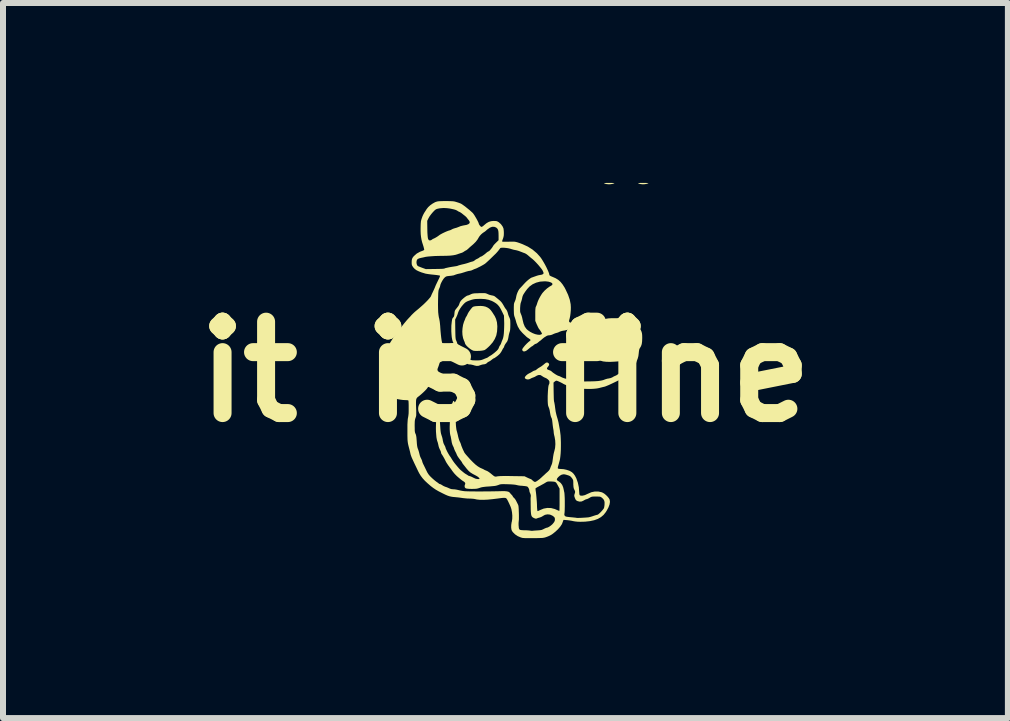
<source format=kicad_pcb>
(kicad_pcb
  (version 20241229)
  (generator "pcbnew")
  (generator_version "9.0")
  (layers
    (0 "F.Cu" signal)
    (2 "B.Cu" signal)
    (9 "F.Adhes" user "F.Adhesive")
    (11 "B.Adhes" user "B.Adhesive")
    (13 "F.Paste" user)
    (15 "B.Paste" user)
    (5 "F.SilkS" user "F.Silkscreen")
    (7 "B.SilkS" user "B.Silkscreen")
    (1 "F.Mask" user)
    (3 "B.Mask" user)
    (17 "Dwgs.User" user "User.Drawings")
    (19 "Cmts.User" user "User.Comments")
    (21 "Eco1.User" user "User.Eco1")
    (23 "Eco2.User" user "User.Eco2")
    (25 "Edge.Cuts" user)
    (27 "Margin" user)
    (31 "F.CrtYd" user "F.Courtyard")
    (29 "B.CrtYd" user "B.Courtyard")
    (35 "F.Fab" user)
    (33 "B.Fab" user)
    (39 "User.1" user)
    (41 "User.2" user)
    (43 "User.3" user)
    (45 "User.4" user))
  (footprint "it is fine"
    (layer "F.Cu")
    (at 5.378 3.148)
    (property "Reference" "it is fine" (at 0 0 0) (layer "F.SilkS") (effects (font (size 1.524 1.524) (thickness 0.3))))
    (attr board_only exclude_from_pos_files exclude_from_bom)
    (fp_poly (pts (xy 1.73 -3.148) (xy 1.768 -3.148) (xy 1.793 -3.147) (xy 1.809 -3.146) (xy 1.815 -3.145) (xy 1.814 -3.142) (xy 1.808 -3.139) (xy 1.78 -3.131) (xy 1.746 -3.126) (xy 1.711 -3.126) (xy 1.684 -3.129) (xy 1.658 -3.135) (xy 1.645 -3.14) (xy 1.644 -3.143) (xy 1.657 -3.146) (xy 1.683 -3.148) (xy 1.722 -3.148)) (stroke (width 0) (type solid)) (fill yes) (layer "F.SilkS"))
    (fp_poly (pts (xy 2.297 -3.148) (xy 2.335 -3.148) (xy 2.361 -3.147) (xy 2.376 -3.146) (xy 2.382 -3.145) (xy 2.381 -3.142) (xy 2.375 -3.139) (xy 2.348 -3.131) (xy 2.314 -3.126) (xy 2.278 -3.126) (xy 2.252 -3.129) (xy 2.226 -3.135) (xy 2.212 -3.14) (xy 2.212 -3.143) (xy 2.225 -3.146) (xy 2.251 -3.148) (xy 2.29 -3.148)) (stroke (width 0) (type solid)) (fill yes) (layer "F.SilkS"))
    (fp_poly (pts (xy -0.372 -1.094) (xy -0.335 -1.086) (xy -0.302 -1.072) (xy -0.291 -1.065) (xy -0.275 -1.055) (xy -0.261 -1.043) (xy -0.248 -1.029) (xy -0.232 -1.009) (xy -0.214 -0.983) (xy -0.192 -0.948) (xy -0.179 -0.928) (xy -0.157 -0.88) (xy -0.142 -0.824) (xy -0.136 -0.76) (xy -0.136 -0.747) (xy -0.14 -0.672) (xy -0.153 -0.606) (xy -0.178 -0.546) (xy -0.213 -0.49) (xy -0.261 -0.435) (xy -0.265 -0.431) (xy -0.29 -0.407) (xy -0.315 -0.385) (xy -0.336 -0.369) (xy -0.35 -0.361) (xy -0.369 -0.356) (xy -0.398 -0.351) (xy -0.431 -0.348) (xy -0.467 -0.347) (xy -0.499 -0.347) (xy -0.525 -0.349) (xy -0.536 -0.351) (xy -0.56 -0.362) (xy -0.587 -0.379) (xy -0.614 -0.4) (xy -0.639 -0.423) (xy -0.659 -0.445) (xy -0.672 -0.465) (xy -0.676 -0.478) (xy -0.679 -0.489) (xy -0.686 -0.507) (xy -0.692 -0.519) (xy -0.707 -0.561) (xy -0.717 -0.613) (xy -0.72 -0.669) (xy -0.716 -0.726) (xy -0.707 -0.782) (xy -0.692 -0.832) (xy -0.689 -0.839) (xy -0.679 -0.862) (xy -0.672 -0.88) (xy -0.669 -0.889) (xy -0.669 -0.89) (xy -0.665 -0.899) (xy -0.657 -0.914) (xy -0.653 -0.919) (xy -0.641 -0.94) (xy -0.631 -0.962) (xy -0.63 -0.965) (xy -0.621 -0.982) (xy -0.606 -1.006) (xy -0.587 -1.032) (xy -0.568 -1.056) (xy -0.551 -1.075) (xy -0.548 -1.077) (xy -0.537 -1.084) (xy -0.52 -1.089) (xy -0.495 -1.093) (xy -0.468 -1.095) (xy -0.415 -1.097)) (stroke (width 0) (type solid)) (fill yes) (layer "F.SilkS"))
    (fp_poly (pts (xy -0.346 -1.31) (xy -0.33 -1.308) (xy -0.318 -1.304) (xy -0.306 -1.299) (xy -0.299 -1.296) (xy -0.272 -1.284) (xy -0.243 -1.276) (xy -0.233 -1.274) (xy -0.204 -1.268) (xy -0.184 -1.26) (xy -0.168 -1.248) (xy -0.158 -1.24) (xy -0.142 -1.227) (xy -0.121 -1.21) (xy -0.114 -1.204) (xy -0.089 -1.183) (xy -0.068 -1.161) (xy -0.049 -1.134) (xy -0.028 -1.099) (xy -0.014 -1.074) (xy -0.002 -1.055) (xy 0.013 -1.037) (xy 0.013 -1.036) (xy 0.024 -1.019) (xy 0.034 -0.995) (xy 0.039 -0.977) (xy 0.047 -0.948) (xy 0.058 -0.919) (xy 0.065 -0.905) (xy 0.071 -0.89) (xy 0.076 -0.876) (xy 0.079 -0.86) (xy 0.08 -0.838) (xy 0.081 -0.808) (xy 0.081 -0.782) (xy 0.08 -0.737) (xy 0.078 -0.703) (xy 0.074 -0.678) (xy 0.07 -0.666) (xy 0.063 -0.643) (xy 0.056 -0.615) (xy 0.053 -0.598) (xy 0.046 -0.558) (xy 0.038 -0.528) (xy 0.029 -0.506) (xy 0.016 -0.487) (xy 0.011 -0.481) (xy -0.004 -0.459) (xy -0.017 -0.435) (xy -0.019 -0.428) (xy -0.026 -0.409) (xy -0.032 -0.397) (xy -0.034 -0.395) (xy -0.041 -0.387) (xy -0.05 -0.37) (xy -0.057 -0.356) (xy -0.071 -0.331) (xy -0.088 -0.307) (xy -0.096 -0.297) (xy -0.114 -0.28) (xy -0.135 -0.262) (xy -0.157 -0.246) (xy -0.177 -0.232) (xy -0.191 -0.224) (xy -0.195 -0.223) (xy -0.204 -0.219) (xy -0.219 -0.208) (xy -0.228 -0.201) (xy -0.248 -0.185) (xy -0.269 -0.172) (xy -0.276 -0.169) (xy -0.293 -0.16) (xy -0.306 -0.149) (xy -0.306 -0.148) (xy -0.323 -0.134) (xy -0.348 -0.125) (xy -0.372 -0.122) (xy -0.389 -0.119) (xy -0.412 -0.112) (xy -0.422 -0.108) (xy -0.453 -0.098) (xy -0.482 -0.097) (xy -0.515 -0.104) (xy -0.53 -0.109) (xy -0.557 -0.116) (xy -0.585 -0.121) (xy -0.595 -0.121) (xy -0.614 -0.123) (xy -0.631 -0.129) (xy -0.65 -0.14) (xy -0.665 -0.152) (xy -0.69 -0.173) (xy -0.717 -0.196) (xy -0.735 -0.213) (xy -0.755 -0.233) (xy -0.775 -0.251) (xy -0.788 -0.261) (xy -0.816 -0.291) (xy -0.837 -0.332) (xy -0.849 -0.384) (xy -0.852 -0.408) (xy -0.857 -0.444) (xy -0.862 -0.468) (xy -0.87 -0.485) (xy -0.872 -0.488) (xy -0.881 -0.508) (xy -0.889 -0.539) (xy -0.896 -0.578) (xy -0.9 -0.624) (xy -0.903 -0.673) (xy -0.903 -0.723) (xy -0.902 -0.773) (xy -0.898 -0.81) (xy -0.894 -0.844) (xy -0.89 -0.868) (xy -0.89 -0.87) (xy -0.839 -0.87) (xy -0.837 -0.707) (xy -0.836 -0.655) (xy -0.835 -0.615) (xy -0.834 -0.585) (xy -0.832 -0.562) (xy -0.83 -0.546) (xy -0.827 -0.533) (xy -0.823 -0.524) (xy -0.82 -0.517) (xy -0.81 -0.493) (xy -0.801 -0.465) (xy -0.798 -0.456) (xy -0.791 -0.434) (xy -0.781 -0.405) (xy -0.768 -0.374) (xy -0.766 -0.368) (xy -0.752 -0.34) (xy -0.739 -0.318) (xy -0.722 -0.299) (xy -0.699 -0.278) (xy -0.692 -0.272) (xy -0.665 -0.25) (xy -0.637 -0.229) (xy -0.611 -0.213) (xy -0.604 -0.209) (xy -0.587 -0.201) (xy -0.572 -0.195) (xy -0.555 -0.191) (xy -0.534 -0.19) (xy -0.504 -0.189) (xy -0.489 -0.189) (xy -0.454 -0.189) (xy -0.428 -0.191) (xy -0.409 -0.194) (xy -0.391 -0.199) (xy -0.37 -0.207) (xy -0.365 -0.209) (xy -0.342 -0.219) (xy -0.323 -0.226) (xy -0.313 -0.23) (xy -0.312 -0.23) (xy -0.303 -0.234) (xy -0.29 -0.242) (xy -0.274 -0.254) (xy -0.253 -0.267) (xy -0.245 -0.271) (xy -0.227 -0.283) (xy -0.203 -0.301) (xy -0.178 -0.321) (xy -0.17 -0.328) (xy -0.144 -0.351) (xy -0.127 -0.37) (xy -0.116 -0.387) (xy -0.111 -0.4) (xy -0.103 -0.42) (xy -0.095 -0.435) (xy -0.091 -0.439) (xy -0.084 -0.45) (xy -0.075 -0.468) (xy -0.07 -0.482) (xy -0.061 -0.508) (xy -0.05 -0.534) (xy -0.046 -0.543) (xy -0.039 -0.565) (xy -0.032 -0.598) (xy -0.027 -0.641) (xy -0.024 -0.691) (xy -0.022 -0.746) (xy -0.021 -0.804) (xy -0.022 -0.838) (xy -0.025 -0.936) (xy -0.054 -0.996) (xy -0.079 -1.046) (xy -0.103 -1.085) (xy -0.128 -1.115) (xy -0.157 -1.14) (xy -0.192 -1.162) (xy -0.227 -1.18) (xy -0.28 -1.199) (xy -0.34 -1.211) (xy -0.408 -1.215) (xy -0.466 -1.214) (xy -0.505 -1.212) (xy -0.536 -1.207) (xy -0.566 -1.199) (xy -0.6 -1.187) (xy -0.602 -1.187) (xy -0.633 -1.175) (xy -0.655 -1.164) (xy -0.673 -1.152) (xy -0.69 -1.136) (xy -0.704 -1.121) (xy -0.732 -1.088) (xy -0.757 -1.052) (xy -0.778 -1.015) (xy -0.791 -0.983) (xy -0.794 -0.973) (xy -0.8 -0.954) (xy -0.81 -0.93) (xy -0.819 -0.91) (xy -0.839 -0.87) (xy -0.89 -0.87) (xy -0.886 -0.884) (xy -0.88 -0.895) (xy -0.873 -0.903) (xy -0.872 -0.904) (xy -0.863 -0.915) (xy -0.857 -0.929) (xy -0.853 -0.949) (xy -0.851 -0.97) (xy -0.848 -0.998) (xy -0.843 -1.018) (xy -0.834 -1.034) (xy -0.827 -1.043) (xy -0.81 -1.064) (xy -0.793 -1.086) (xy -0.79 -1.09) (xy -0.777 -1.11) (xy -0.769 -1.132) (xy -0.768 -1.135) (xy -0.761 -1.155) (xy -0.748 -1.177) (xy -0.743 -1.184) (xy -0.726 -1.202) (xy -0.705 -1.221) (xy -0.682 -1.24) (xy -0.66 -1.256) (xy -0.642 -1.267) (xy -0.632 -1.27) (xy -0.62 -1.273) (xy -0.601 -1.28) (xy -0.582 -1.289) (xy -0.567 -1.296) (xy -0.552 -1.301) (xy -0.536 -1.304) (xy -0.516 -1.307) (xy -0.488 -1.308) (xy -0.451 -1.309) (xy -0.437 -1.31) (xy -0.397 -1.31) (xy -0.367 -1.311)) (stroke (width 0) (type solid)) (fill yes) (layer "F.SilkS"))
    (fp_poly (pts (xy -0.951 -2.845) (xy -0.915 -2.844) (xy -0.888 -2.843) (xy -0.867 -2.841) (xy -0.848 -2.838) (xy -0.83 -2.833) (xy -0.81 -2.827) (xy -0.782 -2.818) (xy -0.755 -2.808) (xy -0.736 -2.799) (xy -0.733 -2.797) (xy -0.716 -2.786) (xy -0.691 -2.768) (xy -0.662 -2.746) (xy -0.631 -2.721) (xy -0.6 -2.696) (xy -0.573 -2.672) (xy -0.552 -2.653) (xy -0.542 -2.643) (xy -0.531 -2.628) (xy -0.516 -2.606) (xy -0.5 -2.579) (xy -0.483 -2.55) (xy -0.468 -2.522) (xy -0.456 -2.498) (xy -0.448 -2.48) (xy -0.446 -2.473) (xy -0.442 -2.459) (xy -0.431 -2.442) (xy -0.417 -2.425) (xy -0.405 -2.416) (xy -0.404 -2.415) (xy -0.392 -2.417) (xy -0.373 -2.429) (xy -0.355 -2.445) (xy -0.316 -2.477) (xy -0.279 -2.498) (xy -0.241 -2.51) (xy -0.199 -2.514) (xy -0.195 -2.514) (xy -0.168 -2.513) (xy -0.148 -2.511) (xy -0.133 -2.505) (xy -0.115 -2.495) (xy -0.111 -2.492) (xy -0.076 -2.461) (xy -0.049 -2.424) (xy -0.034 -2.391) (xy -0.031 -2.373) (xy -0.028 -2.346) (xy -0.027 -2.316) (xy -0.027 -2.31) (xy -0.028 -2.275) (xy -0.033 -2.247) (xy -0.041 -2.22) (xy -0.044 -2.213) (xy -0.053 -2.189) (xy -0.055 -2.174) (xy -0.054 -2.169) (xy -0.045 -2.168) (xy -0.025 -2.167) (xy 0.003 -2.167) (xy 0.038 -2.167) (xy 0.059 -2.168) (xy 0.097 -2.169) (xy 0.126 -2.169) (xy 0.15 -2.168) (xy 0.17 -2.165) (xy 0.191 -2.16) (xy 0.216 -2.152) (xy 0.247 -2.141) (xy 0.286 -2.126) (xy 0.373 -2.086) (xy 0.452 -2.036) (xy 0.524 -1.975) (xy 0.578 -1.915) (xy 0.596 -1.891) (xy 0.616 -1.86) (xy 0.638 -1.823) (xy 0.66 -1.784) (xy 0.681 -1.744) (xy 0.699 -1.706) (xy 0.714 -1.672) (xy 0.725 -1.644) (xy 0.73 -1.626) (xy 0.73 -1.623) (xy 0.732 -1.612) (xy 0.74 -1.603) (xy 0.755 -1.594) (xy 0.781 -1.583) (xy 0.786 -1.581) (xy 0.836 -1.559) (xy 0.88 -1.532) (xy 0.918 -1.498) (xy 0.952 -1.456) (xy 0.986 -1.403) (xy 1.004 -1.368) (xy 1.044 -1.282) (xy 1.072 -1.201) (xy 1.087 -1.125) (xy 1.09 -1.074) (xy 1.089 -1.025) (xy 1.085 -0.976) (xy 1.079 -0.93) (xy 1.071 -0.892) (xy 1.066 -0.875) (xy 1.06 -0.85) (xy 1.062 -0.832) (xy 1.074 -0.822) (xy 1.096 -0.819) (xy 1.13 -0.822) (xy 1.145 -0.824) (xy 1.171 -0.828) (xy 1.208 -0.831) (xy 1.257 -0.833) (xy 1.317 -0.834) (xy 1.369 -0.835) (xy 1.423 -0.836) (xy 1.465 -0.836) (xy 1.497 -0.837) (xy 1.521 -0.838) (xy 1.54 -0.84) (xy 1.555 -0.843) (xy 1.568 -0.846) (xy 1.581 -0.851) (xy 1.591 -0.855) (xy 1.626 -0.868) (xy 1.657 -0.878) (xy 1.688 -0.885) (xy 1.72 -0.89) (xy 1.759 -0.892) (xy 1.805 -0.893) (xy 1.845 -0.893) (xy 1.909 -0.892) (xy 1.962 -0.889) (xy 2.005 -0.884) (xy 2.039 -0.876) (xy 2.067 -0.866) (xy 2.091 -0.853) (xy 2.091 -0.853) (xy 2.111 -0.84) (xy 2.13 -0.829) (xy 2.135 -0.827) (xy 2.159 -0.812) (xy 2.187 -0.789) (xy 2.213 -0.761) (xy 2.233 -0.734) (xy 2.253 -0.702) (xy 2.266 -0.674) (xy 2.275 -0.645) (xy 2.279 -0.613) (xy 2.28 -0.571) (xy 2.28 -0.561) (xy 2.278 -0.506) (xy 2.272 -0.461) (xy 2.26 -0.426) (xy 2.243 -0.397) (xy 2.242 -0.395) (xy 2.234 -0.382) (xy 2.229 -0.365) (xy 2.225 -0.339) (xy 2.222 -0.31) (xy 2.216 -0.261) (xy 2.206 -0.223) (xy 2.2 -0.207) (xy 2.19 -0.183) (xy 2.182 -0.16) (xy 2.179 -0.149) (xy 2.17 -0.124) (xy 2.151 -0.092) (xy 2.127 -0.056) (xy 2.097 -0.019) (xy 2.065 0.017) (xy 2.033 0.05) (xy 2.001 0.076) (xy 1.985 0.088) (xy 1.96 0.103) (xy 1.927 0.121) (xy 1.889 0.142) (xy 1.847 0.163) (xy 1.803 0.184) (xy 1.761 0.204) (xy 1.722 0.222) (xy 1.688 0.236) (xy 1.663 0.246) (xy 1.649 0.25) (xy 1.623 0.256) (xy 1.591 0.264) (xy 1.561 0.272) (xy 1.525 0.279) (xy 1.478 0.284) (xy 1.425 0.287) (xy 1.368 0.287) (xy 1.31 0.285) (xy 1.254 0.281) (xy 1.203 0.274) (xy 1.186 0.271) (xy 1.143 0.261) (xy 1.099 0.25) (xy 1.056 0.238) (xy 1.019 0.226) (xy 0.989 0.214) (xy 0.969 0.204) (xy 0.966 0.203) (xy 0.95 0.193) (xy 0.927 0.181) (xy 0.902 0.169) (xy 0.878 0.158) (xy 0.859 0.151) (xy 0.849 0.149) (xy 0.837 0.153) (xy 0.822 0.163) (xy 0.82 0.165) (xy 0.801 0.181) (xy 0.803 0.334) (xy 0.804 0.379) (xy 0.805 0.42) (xy 0.806 0.454) (xy 0.808 0.481) (xy 0.81 0.497) (xy 0.811 0.5) (xy 0.814 0.511) (xy 0.818 0.533) (xy 0.823 0.562) (xy 0.827 0.595) (xy 0.828 0.602) (xy 0.837 0.665) (xy 0.849 0.718) (xy 0.857 0.747) (xy 0.87 0.79) (xy 0.884 0.845) (xy 0.896 0.91) (xy 0.909 0.983) (xy 0.913 1.014) (xy 0.919 1.062) (xy 0.922 1.118) (xy 0.924 1.179) (xy 0.924 1.241) (xy 0.923 1.303) (xy 0.92 1.361) (xy 0.915 1.414) (xy 0.909 1.458) (xy 0.903 1.483) (xy 0.891 1.527) (xy 0.882 1.559) (xy 0.876 1.581) (xy 0.873 1.596) (xy 0.872 1.605) (xy 0.873 1.61) (xy 0.875 1.613) (xy 0.878 1.615) (xy 0.89 1.619) (xy 0.911 1.621) (xy 0.928 1.622) (xy 0.971 1.625) (xy 1.017 1.635) (xy 1.06 1.649) (xy 1.076 1.656) (xy 1.109 1.676) (xy 1.135 1.701) (xy 1.158 1.733) (xy 1.18 1.775) (xy 1.183 1.782) (xy 1.207 1.851) (xy 1.223 1.926) (xy 1.229 2.005) (xy 1.23 2.018) (xy 1.232 2.044) (xy 1.239 2.059) (xy 1.254 2.066) (xy 1.279 2.066) (xy 1.287 2.066) (xy 1.325 2.057) (xy 1.37 2.036) (xy 1.373 2.035) (xy 1.432 2.009) (xy 1.49 1.997) (xy 1.547 1.997) (xy 1.602 2.009) (xy 1.621 2.017) (xy 1.648 2.033) (xy 1.676 2.056) (xy 1.702 2.082) (xy 1.723 2.108) (xy 1.736 2.131) (xy 1.737 2.133) (xy 1.742 2.17) (xy 1.735 2.213) (xy 1.717 2.262) (xy 1.687 2.318) (xy 1.671 2.343) (xy 1.635 2.388) (xy 1.592 2.424) (xy 1.54 2.454) (xy 1.479 2.476) (xy 1.408 2.491) (xy 1.327 2.5) (xy 1.251 2.502) (xy 1.207 2.501) (xy 1.167 2.497) (xy 1.135 2.492) (xy 1.108 2.486) (xy 1.072 2.48) (xy 1.033 2.475) (xy 0.996 2.472) (xy 0.97 2.47) (xy 0.965 2.476) (xy 0.959 2.491) (xy 0.956 2.502) (xy 0.941 2.541) (xy 0.913 2.583) (xy 0.875 2.627) (xy 0.846 2.654) (xy 0.808 2.687) (xy 0.775 2.712) (xy 0.742 2.731) (xy 0.706 2.747) (xy 0.684 2.755) (xy 0.667 2.761) (xy 0.653 2.765) (xy 0.637 2.768) (xy 0.62 2.771) (xy 0.598 2.772) (xy 0.569 2.773) (xy 0.532 2.774) (xy 0.484 2.775) (xy 0.463 2.775) (xy 0.409 2.775) (xy 0.366 2.775) (xy 0.334 2.775) (xy 0.309 2.773) (xy 0.29 2.772) (xy 0.275 2.769) (xy 0.263 2.765) (xy 0.26 2.765) (xy 0.204 2.741) (xy 0.159 2.711) (xy 0.124 2.676) (xy 0.108 2.654) (xy 0.099 2.629) (xy 0.095 2.595) (xy 0.096 2.555) (xy 0.102 2.513) (xy 0.106 2.499) (xy 0.113 2.452) (xy 0.114 2.399) (xy 0.109 2.344) (xy 0.099 2.292) (xy 0.087 2.255) (xy 0.064 2.203) (xy 0.045 2.163) (xy 0.03 2.134) (xy 0.018 2.116) (xy 0.014 2.112) (xy 0.007 2.107) (xy -0.003 2.104) (xy -0.017 2.103) (xy -0.038 2.103) (xy -0.067 2.106) (xy -0.107 2.111) (xy -0.128 2.114) (xy -0.219 2.125) (xy -0.3 2.133) (xy -0.37 2.136) (xy -0.43 2.135) (xy -0.478 2.13) (xy -0.5 2.125) (xy -0.525 2.12) (xy -0.557 2.117) (xy -0.59 2.115) (xy -0.598 2.115) (xy -0.636 2.114) (xy -0.678 2.11) (xy -0.716 2.106) (xy -0.72 2.105) (xy -0.756 2.1) (xy -0.795 2.095) (xy -0.83 2.092) (xy -0.835 2.091) (xy -0.873 2.088) (xy -0.905 2.083) (xy -0.935 2.076) (xy -0.965 2.066) (xy -1 2.051) (xy -1.041 2.031) (xy -1.057 2.023) (xy -1.114 1.994) (xy -1.161 1.967) (xy -1.204 1.938) (xy -1.246 1.906) (xy -1.291 1.867) (xy -1.298 1.861) (xy -1.344 1.818) (xy -1.381 1.777) (xy -1.412 1.736) (xy -1.439 1.692) (xy -1.456 1.659) (xy -1.487 1.594) (xy -1.513 1.54) (xy -1.534 1.495) (xy -1.551 1.458) (xy -1.564 1.429) (xy -1.573 1.405) (xy -1.58 1.385) (xy -1.584 1.369) (xy -1.585 1.365) (xy -1.591 1.337) (xy -1.598 1.31) (xy -1.602 1.294) (xy -1.612 1.256) (xy -1.62 1.224) (xy -1.626 1.196) (xy -1.63 1.168) (xy -1.633 1.139) (xy -1.634 1.106) (xy -1.635 1.065) (xy -1.635 1.015) (xy -1.635 0.99) (xy -1.635 0.931) (xy -1.635 0.906) (xy -1.514 0.906) (xy -1.513 0.947) (xy -1.513 0.976) (xy -1.511 0.998) (xy -1.508 1.013) (xy -1.504 1.026) (xy -1.5 1.034) (xy -1.494 1.049) (xy -1.489 1.069) (xy -1.485 1.095) (xy -1.482 1.132) (xy -1.48 1.157) (xy -1.477 1.202) (xy -1.473 1.236) (xy -1.468 1.262) (xy -1.462 1.282) (xy -1.46 1.286) (xy -1.451 1.311) (xy -1.442 1.341) (xy -1.436 1.365) (xy -1.429 1.394) (xy -1.419 1.423) (xy -1.41 1.441) (xy -1.399 1.464) (xy -1.39 1.486) (xy -1.389 1.493) (xy -1.382 1.516) (xy -1.372 1.539) (xy -1.371 1.541) (xy -1.363 1.556) (xy -1.351 1.581) (xy -1.337 1.61) (xy -1.325 1.635) (xy -1.304 1.678) (xy -1.283 1.711) (xy -1.26 1.739) (xy -1.256 1.743) (xy -1.223 1.775) (xy -1.189 1.805) (xy -1.158 1.83) (xy -1.135 1.846) (xy -1.121 1.856) (xy -1.112 1.864) (xy -1.112 1.864) (xy -1.102 1.871) (xy -1.096 1.872) (xy -1.083 1.876) (xy -1.066 1.885) (xy -1.057 1.891) (xy -1.034 1.905) (xy -1.009 1.916) (xy -1.001 1.919) (xy -0.977 1.927) (xy -0.951 1.938) (xy -0.941 1.943) (xy -0.907 1.956) (xy -0.873 1.96) (xy -0.848 1.961) (xy -0.816 1.966) (xy -0.785 1.973) (xy -0.785 1.973) (xy -0.751 1.981) (xy -0.713 1.988) (xy -0.682 1.992) (xy -0.665 1.993) (xy -0.636 1.994) (xy -0.598 1.995) (xy -0.55 1.995) (xy -0.497 1.996) (xy -0.438 1.996) (xy -0.377 1.996) (xy -0.314 1.995) (xy -0.252 1.995) (xy -0.192 1.994) (xy -0.136 1.993) (xy -0.085 1.992) (xy -0.061 1.991) (xy -0.012 1.991) (xy 0.025 1.995) (xy 0.052 2.002) (xy 0.069 2.014) (xy 0.073 2.018) (xy 0.086 2.035) (xy 0.102 2.052) (xy 0.103 2.052) (xy 0.115 2.066) (xy 0.121 2.077) (xy 0.122 2.078) (xy 0.127 2.088) (xy 0.138 2.1) (xy 0.14 2.101) (xy 0.155 2.117) (xy 0.169 2.137) (xy 0.173 2.144) (xy 0.186 2.169) (xy 0.199 2.195) (xy 0.203 2.203) (xy 0.209 2.215) (xy 0.214 2.228) (xy 0.217 2.243) (xy 0.219 2.264) (xy 0.221 2.293) (xy 0.222 2.332) (xy 0.223 2.351) (xy 0.224 2.392) (xy 0.224 2.429) (xy 0.224 2.46) (xy 0.222 2.483) (xy 0.221 2.493) (xy 0.219 2.511) (xy 0.218 2.537) (xy 0.219 2.567) (xy 0.22 2.573) (xy 0.222 2.6) (xy 0.226 2.618) (xy 0.234 2.631) (xy 0.248 2.638) (xy 0.27 2.641) (xy 0.301 2.643) (xy 0.323 2.643) (xy 0.354 2.644) (xy 0.382 2.646) (xy 0.403 2.648) (xy 0.409 2.649) (xy 0.429 2.652) (xy 0.453 2.652) (xy 0.459 2.651) (xy 0.481 2.649) (xy 0.511 2.647) (xy 0.542 2.645) (xy 0.545 2.645) (xy 0.577 2.642) (xy 0.602 2.638) (xy 0.624 2.629) (xy 0.638 2.622) (xy 0.66 2.611) (xy 0.678 2.604) (xy 0.687 2.601) (xy 0.705 2.597) (xy 0.729 2.584) (xy 0.754 2.567) (xy 0.779 2.546) (xy 0.795 2.528) (xy 0.811 2.507) (xy 0.82 2.49) (xy 0.824 2.473) (xy 0.824 2.463) (xy 0.823 2.442) (xy 0.816 2.427) (xy 0.801 2.413) (xy 0.781 2.399) (xy 0.742 2.382) (xy 0.7 2.378) (xy 0.659 2.386) (xy 0.621 2.407) (xy 0.621 2.408) (xy 0.599 2.42) (xy 0.574 2.43) (xy 0.566 2.432) (xy 0.544 2.438) (xy 0.526 2.445) (xy 0.521 2.447) (xy 0.51 2.45) (xy 0.495 2.448) (xy 0.478 2.441) (xy 0.46 2.432) (xy 0.447 2.422) (xy 0.437 2.409) (xy 0.43 2.391) (xy 0.426 2.367) (xy 0.423 2.334) (xy 0.421 2.29) (xy 0.421 2.26) (xy 0.42 2.207) (xy 0.42 2.166) (xy 0.419 2.135) (xy 0.419 2.112) (xy 0.42 2.096) (xy 0.421 2.085) (xy 0.422 2.078) (xy 0.423 2.073) (xy 0.422 2.06) (xy 0.417 2.041) (xy 0.413 2.03) (xy 0.404 2.01) (xy 0.399 1.993) (xy 0.399 1.988) (xy 0.395 1.964) (xy 0.389 1.948) (xy 0.5 1.948) (xy 0.501 1.957) (xy 0.503 1.978) (xy 0.507 2.005) (xy 0.511 2.037) (xy 0.515 2.077) (xy 0.519 2.124) (xy 0.523 2.173) (xy 0.525 2.213) (xy 0.526 2.255) (xy 0.528 2.285) (xy 0.53 2.305) (xy 0.532 2.317) (xy 0.534 2.323) (xy 0.537 2.324) (xy 0.545 2.322) (xy 0.561 2.314) (xy 0.576 2.307) (xy 0.637 2.282) (xy 0.698 2.271) (xy 0.76 2.273) (xy 0.822 2.289) (xy 0.87 2.31) (xy 0.888 2.318) (xy 0.898 2.318) (xy 0.9 2.316) (xy 0.9 2.307) (xy 0.901 2.287) (xy 0.901 2.257) (xy 0.902 2.218) (xy 0.902 2.174) (xy 0.902 2.128) (xy 0.902 1.949) (xy 0.872 1.894) (xy 0.858 1.869) (xy 0.847 1.852) (xy 0.834 1.841) (xy 0.819 1.835) (xy 0.797 1.832) (xy 0.765 1.83) (xy 0.747 1.83) (xy 0.72 1.83) (xy 0.702 1.832) (xy 0.685 1.839) (xy 0.665 1.851) (xy 0.662 1.853) (xy 0.639 1.867) (xy 0.609 1.883) (xy 0.577 1.901) (xy 0.563 1.908) (xy 0.537 1.922) (xy 0.516 1.934) (xy 0.503 1.944) (xy 0.5 1.948) (xy 0.389 1.948) (xy 0.385 1.94) (xy 0.372 1.921) (xy 0.365 1.916) (xy 0.351 1.911) (xy 0.327 1.907) (xy 0.297 1.904) (xy 0.28 1.902) (xy 0.248 1.9) (xy 0.217 1.896) (xy 0.194 1.891) (xy 0.186 1.889) (xy 0.167 1.885) (xy 0.135 1.881) (xy 0.093 1.878) (xy 0.041 1.876) (xy 0.041 1.876) (xy -0.002 1.875) (xy -0.035 1.874) (xy -0.058 1.875) (xy -0.076 1.876) (xy -0.091 1.879) (xy -0.105 1.883) (xy -0.119 1.889) (xy -0.138 1.895) (xy -0.159 1.901) (xy -0.184 1.905) (xy -0.217 1.908) (xy -0.26 1.912) (xy -0.274 1.913) (xy -0.321 1.916) (xy -0.357 1.92) (xy -0.385 1.924) (xy -0.408 1.929) (xy -0.428 1.936) (xy -0.432 1.937) (xy -0.453 1.944) (xy -0.473 1.949) (xy -0.495 1.952) (xy -0.523 1.953) (xy -0.559 1.954) (xy -0.602 1.953) (xy -0.634 1.95) (xy -0.657 1.946) (xy -0.671 1.938) (xy -0.678 1.927) (xy -0.681 1.913) (xy -0.68 1.895) (xy -0.676 1.882) (xy -0.675 1.882) (xy -0.67 1.866) (xy -0.675 1.849) (xy -0.69 1.834) (xy -0.695 1.831) (xy -0.708 1.823) (xy -0.724 1.812) (xy -0.746 1.795) (xy -0.774 1.772) (xy -0.81 1.741) (xy -0.831 1.72) (xy -0.856 1.693) (xy -0.879 1.664) (xy -0.885 1.656) (xy -0.905 1.627) (xy -0.927 1.598) (xy -0.945 1.573) (xy -0.95 1.567) (xy -0.967 1.542) (xy -0.984 1.516) (xy -0.993 1.5) (xy -1.016 1.454) (xy -1.035 1.42) (xy -1.05 1.395) (xy -1.059 1.382) (xy -1.07 1.365) (xy -1.074 1.349) (xy -1.074 1.348) (xy -1.077 1.334) (xy -1.085 1.314) (xy -1.094 1.297) (xy -1.106 1.27) (xy -1.115 1.242) (xy -1.118 1.227) (xy -1.124 1.2) (xy -1.132 1.17) (xy -1.137 1.159) (xy -1.144 1.132) (xy -1.151 1.094) (xy -1.155 1.048) (xy -1.159 0.996) (xy -1.16 0.942) (xy -1.159 0.888) (xy -1.157 0.837) (xy -1.155 0.821) (xy -1.15 0.771) (xy -1.146 0.732) (xy -1.143 0.703) (xy -1.14 0.683) (xy -1.138 0.67) (xy -1.135 0.662) (xy -1.132 0.657) (xy -1.128 0.654) (xy -1.127 0.653) (xy -1.117 0.649) (xy -1.111 0.653) (xy -1.106 0.665) (xy -1.102 0.688) (xy -1.099 0.722) (xy -1.099 0.733) (xy -1.097 0.765) (xy -1.094 0.806) (xy -1.092 0.851) (xy -1.089 0.896) (xy -1.088 0.909) (xy -1.085 0.954) (xy -1.082 0.989) (xy -1.078 1.016) (xy -1.073 1.039) (xy -1.066 1.059) (xy -1.066 1.061) (xy -1.056 1.091) (xy -1.048 1.124) (xy -1.045 1.145) (xy -1.034 1.19) (xy -1.02 1.22) (xy -1.009 1.24) (xy -1.002 1.257) (xy -1 1.264) (xy -0.997 1.277) (xy -0.988 1.297) (xy -0.976 1.323) (xy -0.962 1.35) (xy -0.947 1.376) (xy -0.934 1.397) (xy -0.931 1.402) (xy -0.914 1.425) (xy -0.897 1.453) (xy -0.889 1.466) (xy -0.874 1.489) (xy -0.854 1.517) (xy -0.83 1.547) (xy -0.804 1.578) (xy -0.78 1.606) (xy -0.759 1.629) (xy -0.743 1.643) (xy -0.724 1.659) (xy -0.703 1.676) (xy -0.701 1.678) (xy -0.68 1.694) (xy -0.657 1.709) (xy -0.654 1.71) (xy -0.638 1.72) (xy -0.627 1.727) (xy -0.626 1.729) (xy -0.617 1.734) (xy -0.601 1.739) (xy -0.598 1.74) (xy -0.578 1.746) (xy -0.554 1.757) (xy -0.539 1.765) (xy -0.5 1.783) (xy -0.469 1.789) (xy -0.449 1.79) (xy -0.435 1.789) (xy -0.432 1.788) (xy -0.439 1.771) (xy -0.458 1.753) (xy -0.485 1.736) (xy -0.513 1.721) (xy -0.542 1.706) (xy -0.557 1.697) (xy -0.587 1.678) (xy -0.616 1.652) (xy -0.647 1.617) (xy -0.662 1.598) (xy -0.679 1.576) (xy -0.697 1.554) (xy -0.704 1.545) (xy -0.716 1.529) (xy -0.722 1.518) (xy -0.723 1.516) (xy -0.727 1.507) (xy -0.737 1.493) (xy -0.742 1.486) (xy -0.76 1.463) (xy -0.778 1.439) (xy -0.794 1.416) (xy -0.805 1.397) (xy -0.811 1.386) (xy -0.811 1.385) (xy -0.814 1.376) (xy -0.822 1.358) (xy -0.833 1.336) (xy -0.835 1.333) (xy -0.846 1.31) (xy -0.854 1.291) (xy -0.858 1.28) (xy -0.858 1.279) (xy -0.861 1.268) (xy -0.869 1.25) (xy -0.874 1.241) (xy -0.885 1.216) (xy -0.895 1.182) (xy -0.899 1.159) (xy -0.904 1.128) (xy -0.91 1.097) (xy -0.915 1.072) (xy -0.916 1.071) (xy -0.922 1.046) (xy -0.926 1.021) (xy -0.928 0.992) (xy -0.93 0.958) (xy -0.93 0.916) (xy -0.928 0.864) (xy -0.927 0.827) (xy -0.925 0.779) (xy -0.923 0.743) (xy -0.921 0.716) (xy -0.918 0.697) (xy -0.915 0.684) (xy -0.911 0.675) (xy -0.909 0.672) (xy -0.902 0.655) (xy -0.896 0.628) (xy -0.892 0.589) (xy -0.892 0.584) (xy -0.887 0.541) (xy -0.881 0.511) (xy -0.874 0.493) (xy -0.866 0.487) (xy -0.865 0.487) (xy -0.856 0.492) (xy -0.848 0.51) (xy -0.842 0.541) (xy -0.839 0.567) (xy -0.835 0.593) (xy -0.832 0.614) (xy -0.829 0.625) (xy -0.829 0.626) (xy -0.822 0.625) (xy -0.809 0.616) (xy -0.8 0.609) (xy -0.785 0.596) (xy -0.776 0.591) (xy -0.768 0.594) (xy -0.763 0.599) (xy -0.75 0.618) (xy -0.75 0.642) (xy -0.762 0.671) (xy -0.787 0.704) (xy -0.798 0.716) (xy -0.833 0.753) (xy -0.828 0.854) (xy -0.826 0.897) (xy -0.822 0.934) (xy -0.818 0.964) (xy -0.814 0.982) (xy -0.814 0.982) (xy -0.808 1.002) (xy -0.801 1.029) (xy -0.793 1.061) (xy -0.791 1.073) (xy -0.783 1.105) (xy -0.774 1.135) (xy -0.765 1.158) (xy -0.762 1.164) (xy -0.751 1.187) (xy -0.743 1.208) (xy -0.741 1.215) (xy -0.736 1.233) (xy -0.725 1.26) (xy -0.712 1.292) (xy -0.696 1.325) (xy -0.684 1.35) (xy -0.676 1.361) (xy -0.66 1.381) (xy -0.638 1.406) (xy -0.612 1.435) (xy -0.588 1.462) (xy -0.541 1.51) (xy -0.499 1.549) (xy -0.461 1.578) (xy -0.425 1.6) (xy -0.392 1.615) (xy -0.373 1.623) (xy -0.359 1.631) (xy -0.358 1.632) (xy -0.345 1.639) (xy -0.326 1.647) (xy -0.321 1.649) (xy -0.302 1.657) (xy -0.278 1.672) (xy -0.254 1.69) (xy -0.25 1.693) (xy -0.221 1.717) (xy -0.201 1.733) (xy -0.186 1.743) (xy -0.174 1.748) (xy -0.162 1.749) (xy -0.147 1.747) (xy -0.133 1.744) (xy -0.113 1.742) (xy -0.085 1.74) (xy -0.047 1.739) (xy 0.001 1.738) (xy 0.062 1.739) (xy 0.113 1.74) (xy 0.317 1.743) (xy 0.367 1.767) (xy 0.391 1.778) (xy 0.411 1.786) (xy 0.422 1.79) (xy 0.424 1.791) (xy 0.432 1.795) (xy 0.445 1.807) (xy 0.453 1.814) (xy 0.471 1.829) (xy 0.487 1.837) (xy 0.491 1.838) (xy 0.508 1.833) (xy 0.532 1.818) (xy 0.559 1.798) (xy 0.856 1.798) (xy 0.863 1.812) (xy 0.883 1.826) (xy 0.893 1.832) (xy 0.921 1.855) (xy 0.945 1.887) (xy 0.961 1.925) (xy 0.966 1.944) (xy 0.972 1.97) (xy 0.978 2) (xy 0.982 2.017) (xy 0.984 2.038) (xy 0.986 2.069) (xy 0.988 2.108) (xy 0.989 2.152) (xy 0.989 2.199) (xy 0.989 2.244) (xy 0.988 2.287) (xy 0.987 2.323) (xy 0.985 2.35) (xy 0.984 2.358) (xy 0.981 2.38) (xy 0.984 2.394) (xy 0.991 2.404) (xy 0.998 2.41) (xy 1.007 2.414) (xy 1.022 2.418) (xy 1.045 2.421) (xy 1.078 2.425) (xy 1.091 2.426) (xy 1.124 2.429) (xy 1.152 2.432) (xy 1.172 2.434) (xy 1.181 2.436) (xy 1.181 2.436) (xy 1.189 2.437) (xy 1.208 2.438) (xy 1.234 2.437) (xy 1.266 2.436) (xy 1.299 2.434) (xy 1.331 2.432) (xy 1.359 2.43) (xy 1.381 2.428) (xy 1.389 2.427) (xy 1.414 2.421) (xy 1.444 2.412) (xy 1.473 2.402) (xy 1.498 2.394) (xy 1.519 2.388) (xy 1.532 2.385) (xy 1.533 2.385) (xy 1.544 2.38) (xy 1.56 2.367) (xy 1.58 2.349) (xy 1.601 2.327) (xy 1.62 2.305) (xy 1.635 2.286) (xy 1.643 2.272) (xy 1.646 2.257) (xy 1.65 2.234) (xy 1.652 2.209) (xy 1.652 2.173) (xy 1.645 2.146) (xy 1.631 2.123) (xy 1.609 2.102) (xy 1.597 2.093) (xy 1.586 2.087) (xy 1.573 2.083) (xy 1.555 2.082) (xy 1.529 2.081) (xy 1.509 2.081) (xy 1.476 2.081) (xy 1.453 2.082) (xy 1.437 2.085) (xy 1.424 2.09) (xy 1.41 2.097) (xy 1.405 2.101) (xy 1.383 2.113) (xy 1.361 2.123) (xy 1.352 2.125) (xy 1.331 2.132) (xy 1.309 2.144) (xy 1.307 2.146) (xy 1.271 2.163) (xy 1.236 2.166) (xy 1.202 2.157) (xy 1.184 2.148) (xy 1.172 2.136) (xy 1.163 2.118) (xy 1.158 2.106) (xy 1.15 2.084) (xy 1.147 2.068) (xy 1.148 2.054) (xy 1.154 2.034) (xy 1.16 2.014) (xy 1.161 2) (xy 1.157 1.985) (xy 1.149 1.968) (xy 1.139 1.946) (xy 1.134 1.921) (xy 1.132 1.89) (xy 1.131 1.882) (xy 1.131 1.854) (xy 1.13 1.831) (xy 1.129 1.815) (xy 1.129 1.814) (xy 1.125 1.801) (xy 1.114 1.782) (xy 1.104 1.769) (xy 1.089 1.751) (xy 1.073 1.739) (xy 1.053 1.73) (xy 1.034 1.724) (xy 1.008 1.716) (xy 0.984 1.711) (xy 0.969 1.71) (xy 0.938 1.716) (xy 0.907 1.733) (xy 0.877 1.76) (xy 0.876 1.762) (xy 0.86 1.782) (xy 0.856 1.798) (xy 0.559 1.798) (xy 0.564 1.795) (xy 0.6 1.763) (xy 0.621 1.743) (xy 0.647 1.72) (xy 0.673 1.695) (xy 0.696 1.675) (xy 0.701 1.671) (xy 0.724 1.648) (xy 0.739 1.626) (xy 0.747 1.606) (xy 0.756 1.581) (xy 0.767 1.556) (xy 0.771 1.546) (xy 0.778 1.526) (xy 0.784 1.495) (xy 0.789 1.457) (xy 0.79 1.451) (xy 0.795 1.414) (xy 0.802 1.374) (xy 0.81 1.339) (xy 0.814 1.327) (xy 0.827 1.271) (xy 0.832 1.209) (xy 0.829 1.146) (xy 0.819 1.087) (xy 0.818 1.083) (xy 0.811 1.055) (xy 0.806 1.028) (xy 0.804 1.009) (xy 0.804 1.009) (xy 0.802 0.984) (xy 0.798 0.959) (xy 0.797 0.956) (xy 0.794 0.937) (xy 0.79 0.91) (xy 0.786 0.877) (xy 0.784 0.857) (xy 0.779 0.814) (xy 0.773 0.783) (xy 0.764 0.763) (xy 0.764 0.763) (xy 0.756 0.743) (xy 0.749 0.714) (xy 0.743 0.681) (xy 0.737 0.645) (xy 0.729 0.614) (xy 0.721 0.593) (xy 0.715 0.578) (xy 0.71 0.561) (xy 0.707 0.539) (xy 0.705 0.508) (xy 0.704 0.483) (xy 0.704 0.446) (xy 0.704 0.405) (xy 0.706 0.363) (xy 0.708 0.322) (xy 0.711 0.285) (xy 0.714 0.254) (xy 0.718 0.232) (xy 0.721 0.221) (xy 0.721 0.221) (xy 0.731 0.2) (xy 0.733 0.174) (xy 0.732 0.161) (xy 0.723 0.144) (xy 0.705 0.126) (xy 0.682 0.11) (xy 0.658 0.099) (xy 0.655 0.098) (xy 0.64 0.091) (xy 0.62 0.079) (xy 0.612 0.073) (xy 0.584 0.056) (xy 0.555 0.054) (xy 0.525 0.064) (xy 0.513 0.071) (xy 0.491 0.084) (xy 0.467 0.094) (xy 0.462 0.096) (xy 0.44 0.104) (xy 0.42 0.114) (xy 0.418 0.116) (xy 0.397 0.125) (xy 0.375 0.129) (xy 0.353 0.126) (xy 0.335 0.118) (xy 0.324 0.107) (xy 0.323 0.093) (xy 0.325 0.087) (xy 0.344 0.063) (xy 0.372 0.04) (xy 0.397 0.026) (xy 0.422 0.014) (xy 0.446 -0.000498) (xy 0.451 -0.004) (xy 0.469 -0.014) (xy 0.484 -0.02) (xy 0.487 -0.02) (xy 0.5 -0.024) (xy 0.516 -0.035) (xy 0.522 -0.04) (xy 0.54 -0.054) (xy 0.558 -0.066) (xy 0.562 -0.068) (xy 0.597 -0.089) (xy 0.63 -0.114) (xy 0.654 -0.134) (xy 0.676 -0.151) (xy 0.698 -0.154) (xy 0.717 -0.144) (xy 0.717 -0.144) (xy 0.728 -0.127) (xy 0.726 -0.108) (xy 0.711 -0.086) (xy 0.709 -0.084) (xy 0.694 -0.064) (xy 0.692 -0.049) (xy 0.703 -0.036) (xy 0.727 -0.027) (xy 0.747 -0.019) (xy 0.762 -0.011) (xy 0.766 -0.007) (xy 0.776 0.002) (xy 0.793 0.016) (xy 0.815 0.031) (xy 0.838 0.046) (xy 0.859 0.058) (xy 0.875 0.066) (xy 0.88 0.068) (xy 0.891 0.071) (xy 0.909 0.078) (xy 0.926 0.087) (xy 0.954 0.1) (xy 0.985 0.111) (xy 1 0.115) (xy 1.024 0.122) (xy 1.046 0.131) (xy 1.055 0.137) (xy 1.071 0.144) (xy 1.098 0.151) (xy 1.136 0.155) (xy 1.185 0.159) (xy 1.247 0.161) (xy 1.321 0.162) (xy 1.335 0.162) (xy 1.418 0.161) (xy 1.489 0.159) (xy 1.547 0.155) (xy 1.593 0.148) (xy 1.628 0.14) (xy 1.649 0.132) (xy 1.674 0.123) (xy 1.703 0.115) (xy 1.719 0.113) (xy 1.755 0.105) (xy 1.783 0.093) (xy 1.804 0.08) (xy 1.826 0.07) (xy 1.829 0.069) (xy 1.849 0.06) (xy 1.87 0.046) (xy 1.877 0.041) (xy 1.897 0.027) (xy 1.923 0.011) (xy 1.943 0.000031) (xy 1.983 -0.025) (xy 2.023 -0.057) (xy 2.059 -0.094) (xy 2.09 -0.133) (xy 2.114 -0.171) (xy 2.129 -0.206) (xy 2.131 -0.216) (xy 2.132 -0.239) (xy 2.123 -0.253) (xy 2.108 -0.256) (xy 2.087 -0.248) (xy 2.075 -0.24) (xy 2.055 -0.228) (xy 2.034 -0.22) (xy 2.031 -0.219) (xy 2.014 -0.214) (xy 1.991 -0.205) (xy 1.968 -0.195) (xy 1.951 -0.187) (xy 1.935 -0.181) (xy 1.916 -0.177) (xy 1.893 -0.174) (xy 1.862 -0.171) (xy 1.821 -0.168) (xy 1.82 -0.168) (xy 1.744 -0.164) (xy 1.68 -0.166) (xy 1.627 -0.172) (xy 1.585 -0.184) (xy 1.563 -0.193) (xy 1.544 -0.203) (xy 1.529 -0.208) (xy 1.525 -0.209) (xy 1.514 -0.213) (xy 1.495 -0.224) (xy 1.472 -0.239) (xy 1.446 -0.257) (xy 1.422 -0.275) (xy 1.401 -0.292) (xy 1.389 -0.303) (xy 1.349 -0.352) (xy 1.319 -0.406) (xy 1.3 -0.462) (xy 1.292 -0.519) (xy 1.295 -0.574) (xy 1.296 -0.58) (xy 1.305 -0.606) (xy 1.321 -0.638) (xy 1.342 -0.672) (xy 1.364 -0.703) (xy 1.374 -0.715) (xy 1.382 -0.728) (xy 1.381 -0.736) (xy 1.372 -0.738) (xy 1.353 -0.738) (xy 1.325 -0.737) (xy 1.304 -0.736) (xy 1.264 -0.732) (xy 1.219 -0.729) (xy 1.175 -0.725) (xy 1.159 -0.724) (xy 1.119 -0.719) (xy 1.083 -0.713) (xy 1.053 -0.706) (xy 1.046 -0.703) (xy 1.016 -0.694) (xy 0.984 -0.687) (xy 0.968 -0.685) (xy 0.941 -0.68) (xy 0.913 -0.671) (xy 0.901 -0.666) (xy 0.878 -0.655) (xy 0.853 -0.647) (xy 0.847 -0.646) (xy 0.825 -0.639) (xy 0.8 -0.629) (xy 0.791 -0.624) (xy 0.765 -0.614) (xy 0.739 -0.608) (xy 0.733 -0.608) (xy 0.712 -0.606) (xy 0.695 -0.601) (xy 0.692 -0.6) (xy 0.677 -0.591) (xy 0.658 -0.579) (xy 0.655 -0.578) (xy 0.637 -0.565) (xy 0.615 -0.547) (xy 0.606 -0.539) (xy 0.59 -0.525) (xy 0.579 -0.516) (xy 0.575 -0.514) (xy 0.568 -0.509) (xy 0.555 -0.498) (xy 0.545 -0.49) (xy 0.528 -0.476) (xy 0.513 -0.468) (xy 0.507 -0.466) (xy 0.494 -0.462) (xy 0.478 -0.451) (xy 0.472 -0.446) (xy 0.458 -0.434) (xy 0.447 -0.426) (xy 0.445 -0.426) (xy 0.438 -0.422) (xy 0.423 -0.411) (xy 0.405 -0.397) (xy 0.386 -0.381) (xy 0.369 -0.367) (xy 0.368 -0.366) (xy 0.344 -0.348) (xy 0.32 -0.339) (xy 0.3 -0.339) (xy 0.285 -0.35) (xy 0.283 -0.355) (xy 0.279 -0.366) (xy 0.281 -0.377) (xy 0.289 -0.392) (xy 0.298 -0.404) (xy 0.322 -0.434) (xy 0.352 -0.466) (xy 0.383 -0.495) (xy 0.403 -0.511) (xy 0.415 -0.521) (xy 0.418 -0.529) (xy 0.413 -0.537) (xy 0.399 -0.548) (xy 0.385 -0.558) (xy 0.377 -0.562) (xy 0.369 -0.568) (xy 0.359 -0.575) (xy 0.345 -0.587) (xy 0.327 -0.605) (xy 0.301 -0.629) (xy 0.281 -0.649) (xy 0.239 -0.697) (xy 0.205 -0.755) (xy 0.182 -0.816) (xy 0.176 -0.838) (xy 0.168 -0.867) (xy 0.158 -0.897) (xy 0.154 -0.909) (xy 0.148 -0.925) (xy 0.144 -0.942) (xy 0.141 -0.964) (xy 0.14 -0.993) (xy 0.139 -1.031) (xy 0.244 -1.031) (xy 0.244 -1.008) (xy 0.247 -0.99) (xy 0.253 -0.974) (xy 0.259 -0.959) (xy 0.269 -0.934) (xy 0.278 -0.902) (xy 0.285 -0.869) (xy 0.286 -0.865) (xy 0.301 -0.803) (xy 0.322 -0.752) (xy 0.35 -0.713) (xy 0.373 -0.692) (xy 0.412 -0.665) (xy 0.454 -0.643) (xy 0.495 -0.627) (xy 0.534 -0.618) (xy 0.567 -0.615) (xy 0.593 -0.621) (xy 0.595 -0.622) (xy 0.606 -0.63) (xy 0.608 -0.636) (xy 0.605 -0.645) (xy 0.595 -0.662) (xy 0.583 -0.682) (xy 0.57 -0.701) (xy 0.56 -0.713) (xy 0.552 -0.725) (xy 0.541 -0.746) (xy 0.529 -0.773) (xy 0.522 -0.787) (xy 0.497 -0.848) (xy 0.497 -0.956) (xy 0.497 -0.999) (xy 0.498 -1.031) (xy 0.5 -1.054) (xy 0.502 -1.071) (xy 0.506 -1.083) (xy 0.508 -1.086) (xy 0.517 -1.106) (xy 0.526 -1.131) (xy 0.53 -1.146) (xy 0.542 -1.179) (xy 0.56 -1.218) (xy 0.581 -1.257) (xy 0.603 -1.293) (xy 0.617 -1.313) (xy 0.652 -1.352) (xy 0.693 -1.389) (xy 0.736 -1.42) (xy 0.763 -1.435) (xy 0.779 -1.448) (xy 0.784 -1.463) (xy 0.776 -1.477) (xy 0.775 -1.479) (xy 0.75 -1.492) (xy 0.715 -1.502) (xy 0.671 -1.507) (xy 0.644 -1.507) (xy 0.575 -1.502) (xy 0.511 -1.485) (xy 0.452 -1.458) (xy 0.401 -1.421) (xy 0.363 -1.38) (xy 0.332 -1.339) (xy 0.31 -1.306) (xy 0.294 -1.28) (xy 0.285 -1.257) (xy 0.28 -1.238) (xy 0.275 -1.213) (xy 0.267 -1.184) (xy 0.262 -1.169) (xy 0.253 -1.143) (xy 0.248 -1.113) (xy 0.245 -1.075) (xy 0.244 -1.063) (xy 0.244 -1.031) (xy 0.139 -1.031) (xy 0.139 -1.032) (xy 0.139 -1.038) (xy 0.139 -1.076) (xy 0.14 -1.104) (xy 0.141 -1.125) (xy 0.144 -1.141) (xy 0.149 -1.156) (xy 0.156 -1.172) (xy 0.157 -1.173) (xy 0.168 -1.202) (xy 0.176 -1.234) (xy 0.179 -1.252) (xy 0.186 -1.282) (xy 0.198 -1.316) (xy 0.213 -1.349) (xy 0.23 -1.377) (xy 0.246 -1.395) (xy 0.257 -1.407) (xy 0.274 -1.425) (xy 0.294 -1.447) (xy 0.303 -1.457) (xy 0.33 -1.486) (xy 0.359 -1.514) (xy 0.389 -1.539) (xy 0.415 -1.558) (xy 0.436 -1.57) (xy 0.44 -1.571) (xy 0.455 -1.576) (xy 0.477 -1.584) (xy 0.497 -1.591) (xy 0.525 -1.601) (xy 0.554 -1.609) (xy 0.571 -1.612) (xy 0.604 -1.618) (xy 0.625 -1.627) (xy 0.635 -1.639) (xy 0.633 -1.656) (xy 0.622 -1.681) (xy 0.617 -1.691) (xy 0.6 -1.716) (xy 0.575 -1.747) (xy 0.546 -1.782) (xy 0.515 -1.816) (xy 0.484 -1.848) (xy 0.457 -1.873) (xy 0.45 -1.879) (xy 0.423 -1.9) (xy 0.395 -1.924) (xy 0.373 -1.943) (xy 0.352 -1.959) (xy 0.332 -1.971) (xy 0.319 -1.977) (xy 0.304 -1.982) (xy 0.281 -1.991) (xy 0.256 -2.001) (xy 0.255 -2.001) (xy 0.224 -2.013) (xy 0.191 -2.023) (xy 0.167 -2.028) (xy 0.14 -2.033) (xy 0.115 -2.04) (xy 0.101 -2.044) (xy 0.076 -2.052) (xy 0.045 -2.059) (xy 0.011 -2.064) (xy -0.022 -2.067) (xy -0.052 -2.068) (xy -0.074 -2.066) (xy -0.085 -2.063) (xy -0.092 -2.054) (xy -0.103 -2.039) (xy -0.109 -2.031) (xy -0.122 -2.014) (xy -0.141 -1.992) (xy -0.164 -1.967) (xy -0.177 -1.955) (xy -0.223 -1.91) (xy -0.26 -1.874) (xy -0.29 -1.846) (xy -0.313 -1.825) (xy -0.33 -1.81) (xy -0.341 -1.801) (xy -0.361 -1.788) (xy -0.389 -1.772) (xy -0.42 -1.755) (xy -0.451 -1.74) (xy -0.478 -1.726) (xy -0.498 -1.718) (xy -0.501 -1.717) (xy -0.523 -1.709) (xy -0.547 -1.698) (xy -0.551 -1.696) (xy -0.573 -1.687) (xy -0.594 -1.683) (xy -0.598 -1.682) (xy -0.613 -1.68) (xy -0.637 -1.674) (xy -0.665 -1.666) (xy -0.676 -1.662) (xy -0.708 -1.652) (xy -0.741 -1.642) (xy -0.769 -1.636) (xy -0.774 -1.635) (xy -0.801 -1.629) (xy -0.827 -1.621) (xy -0.84 -1.616) (xy -0.864 -1.607) (xy -0.899 -1.601) (xy -0.927 -1.598) (xy -0.956 -1.595) (xy -0.976 -1.592) (xy -0.991 -1.587) (xy -1.003 -1.579) (xy -1.015 -1.569) (xy -1.031 -1.551) (xy -1.048 -1.526) (xy -1.064 -1.498) (xy -1.077 -1.471) (xy -1.086 -1.447) (xy -1.088 -1.435) (xy -1.091 -1.422) (xy -1.098 -1.402) (xy -1.105 -1.387) (xy -1.11 -1.375) (xy -1.114 -1.363) (xy -1.117 -1.349) (xy -1.119 -1.331) (xy -1.121 -1.308) (xy -1.122 -1.276) (xy -1.123 -1.234) (xy -1.124 -1.201) (xy -1.125 -1.12) (xy -1.124 -1.052) (xy -1.122 -0.994) (xy -1.117 -0.947) (xy -1.111 -0.908) (xy -1.105 -0.885) (xy -1.101 -0.864) (xy -1.096 -0.834) (xy -1.092 -0.798) (xy -1.088 -0.759) (xy -1.088 -0.753) (xy -1.083 -0.681) (xy -1.077 -0.618) (xy -1.071 -0.565) (xy -1.065 -0.523) (xy -1.059 -0.494) (xy -1.057 -0.488) (xy -1.048 -0.443) (xy -1.05 -0.393) (xy -1.06 -0.344) (xy -1.08 -0.261) (xy -1.092 -0.179) (xy -1.097 -0.151) (xy -1.107 -0.119) (xy -1.116 -0.092) (xy -1.125 -0.068) (xy -1.132 -0.049) (xy -1.135 -0.038) (xy -1.135 -0.037) (xy -1.139 -0.027) (xy -1.148 -0.011) (xy -1.151 -0.005) (xy -1.162 0.015) (xy -1.172 0.042) (xy -1.176 0.055) (xy -1.182 0.075) (xy -1.193 0.099) (xy -1.205 0.124) (xy -1.217 0.146) (xy -1.229 0.162) (xy -1.237 0.169) (xy -1.237 0.169) (xy -1.243 0.174) (xy -1.253 0.189) (xy -1.264 0.208) (xy -1.278 0.234) (xy -1.294 0.259) (xy -1.304 0.274) (xy -1.32 0.294) (xy -1.344 0.319) (xy -1.373 0.347) (xy -1.403 0.374) (xy -1.431 0.398) (xy -1.445 0.409) (xy -1.461 0.421) (xy -1.473 0.432) (xy -1.482 0.445) (xy -1.488 0.461) (xy -1.491 0.483) (xy -1.492 0.511) (xy -1.492 0.55) (xy -1.49 0.599) (xy -1.49 0.601) (xy -1.488 0.647) (xy -1.488 0.681) (xy -1.488 0.707) (xy -1.488 0.726) (xy -1.491 0.741) (xy -1.494 0.754) (xy -1.499 0.767) (xy -1.499 0.769) (xy -1.505 0.785) (xy -1.509 0.802) (xy -1.512 0.822) (xy -1.513 0.848) (xy -1.514 0.884) (xy -1.514 0.906) (xy -1.635 0.906) (xy -1.635 0.884) (xy -1.633 0.847) (xy -1.631 0.816) (xy -1.629 0.79) (xy -1.625 0.767) (xy -1.624 0.764) (xy -1.619 0.732) (xy -1.615 0.696) (xy -1.614 0.654) (xy -1.614 0.602) (xy -1.614 0.596) (xy -1.614 0.558) (xy -1.615 0.525) (xy -1.616 0.5) (xy -1.618 0.484) (xy -1.619 0.479) (xy -1.627 0.476) (xy -1.645 0.474) (xy -1.668 0.473) (xy -1.709 0.471) (xy -1.754 0.465) (xy -1.799 0.457) (xy -1.841 0.446) (xy -1.876 0.435) (xy -1.892 0.427) (xy -1.94 0.397) (xy -1.978 0.364) (xy -2.005 0.331) (xy -2.01 0.322) (xy -2.019 0.303) (xy -2.026 0.289) (xy -2.027 0.284) (xy -2.03 0.276) (xy -2.039 0.259) (xy -2.051 0.237) (xy -2.056 0.229) (xy -2.069 0.206) (xy -2.077 0.188) (xy -2.082 0.171) (xy -2.085 0.151) (xy -2.086 0.123) (xy -2.087 0.108) (xy -2.087 0.06) (xy -2.085 0.009) (xy -2.082 -0.04) (xy -2.076 -0.085) (xy -2.07 -0.122) (xy -2.065 -0.139) (xy -2.058 -0.16) (xy -2.049 -0.19) (xy -2.039 -0.222) (xy -2.034 -0.239) (xy -2.022 -0.275) (xy -2.008 -0.312) (xy -1.994 -0.345) (xy -1.99 -0.356) (xy -1.979 -0.379) (xy -1.971 -0.397) (xy -1.967 -0.407) (xy -1.966 -0.408) (xy -1.963 -0.414) (xy -1.955 -0.43) (xy -1.943 -0.451) (xy -1.936 -0.463) (xy -1.879 -0.554) (xy -1.811 -0.649) (xy -1.801 -0.661) (xy -1.778 -0.691) (xy -1.751 -0.725) (xy -1.726 -0.759) (xy -1.717 -0.77) (xy -1.694 -0.8) (xy -1.668 -0.831) (xy -1.645 -0.859) (xy -1.636 -0.869) (xy -1.613 -0.894) (xy -1.588 -0.92) (xy -1.568 -0.943) (xy -1.568 -0.943) (xy -1.546 -0.965) (xy -1.52 -0.99) (xy -1.497 -1.01) (xy -1.445 -1.053) (xy -1.403 -1.09) (xy -1.368 -1.121) (xy -1.339 -1.149) (xy -1.314 -1.174) (xy -1.292 -1.197) (xy -1.272 -1.22) (xy -1.256 -1.239) (xy -1.246 -1.253) (xy -1.243 -1.258) (xy -1.24 -1.266) (xy -1.233 -1.283) (xy -1.222 -1.307) (xy -1.216 -1.319) (xy -1.201 -1.351) (xy -1.186 -1.384) (xy -1.174 -1.412) (xy -1.172 -1.418) (xy -1.162 -1.442) (xy -1.147 -1.474) (xy -1.131 -1.507) (xy -1.121 -1.528) (xy -1.105 -1.56) (xy -1.095 -1.584) (xy -1.091 -1.598) (xy -1.092 -1.602) (xy -1.101 -1.604) (xy -1.12 -1.608) (xy -1.148 -1.612) (xy -1.183 -1.616) (xy -1.203 -1.618) (xy -1.242 -1.622) (xy -1.28 -1.627) (xy -1.312 -1.632) (xy -1.335 -1.636) (xy -1.341 -1.638) (xy -1.4 -1.656) (xy -1.446 -1.674) (xy -1.483 -1.692) (xy -1.512 -1.713) (xy -1.535 -1.737) (xy -1.545 -1.751) (xy -1.557 -1.771) (xy -1.563 -1.792) (xy -1.564 -1.819) (xy -1.564 -1.82) (xy -1.564 -1.825) (xy -1.484 -1.825) (xy -1.481 -1.798) (xy -1.473 -1.776) (xy -1.464 -1.765) (xy -1.455 -1.759) (xy -1.435 -1.751) (xy -1.41 -1.741) (xy -1.392 -1.734) (xy -1.328 -1.711) (xy -1.179 -1.713) (xy -1.12 -1.714) (xy -1.073 -1.715) (xy -1.04 -1.717) (xy -1.02 -1.72) (xy -1.015 -1.722) (xy -1 -1.728) (xy -0.972 -1.734) (xy -0.935 -1.742) (xy -0.888 -1.75) (xy -0.842 -1.757) (xy -0.817 -1.761) (xy -0.798 -1.766) (xy -0.788 -1.77) (xy -0.788 -1.77) (xy -0.778 -1.774) (xy -0.759 -1.779) (xy -0.733 -1.786) (xy -0.716 -1.79) (xy -0.681 -1.798) (xy -0.645 -1.808) (xy -0.614 -1.818) (xy -0.606 -1.821) (xy -0.582 -1.829) (xy -0.561 -1.835) (xy -0.549 -1.838) (xy -0.549 -1.838) (xy -0.536 -1.842) (xy -0.52 -1.852) (xy -0.513 -1.857) (xy -0.495 -1.871) (xy -0.477 -1.88) (xy -0.473 -1.882) (xy -0.456 -1.89) (xy -0.438 -1.902) (xy -0.437 -1.903) (xy -0.422 -1.914) (xy -0.411 -1.919) (xy -0.41 -1.919) (xy -0.399 -1.923) (xy -0.381 -1.934) (xy -0.358 -1.95) (xy -0.333 -1.97) (xy -0.316 -1.985) (xy -0.299 -1.998) (xy -0.285 -2.006) (xy -0.281 -2.007) (xy -0.273 -2.012) (xy -0.259 -2.025) (xy -0.243 -2.044) (xy -0.226 -2.065) (xy -0.212 -2.086) (xy -0.204 -2.1) (xy -0.195 -2.112) (xy -0.18 -2.129) (xy -0.16 -2.149) (xy -0.155 -2.154) (xy -0.115 -2.193) (xy -0.115 -2.269) (xy -0.116 -2.313) (xy -0.119 -2.346) (xy -0.126 -2.37) (xy -0.136 -2.387) (xy -0.152 -2.401) (xy -0.157 -2.405) (xy -0.189 -2.417) (xy -0.224 -2.416) (xy -0.26 -2.402) (xy -0.3 -2.374) (xy -0.311 -2.365) (xy -0.329 -2.348) (xy -0.346 -2.335) (xy -0.354 -2.33) (xy -0.378 -2.314) (xy -0.404 -2.292) (xy -0.425 -2.269) (xy -0.44 -2.249) (xy -0.465 -2.206) (xy -0.495 -2.167) (xy -0.533 -2.129) (xy -0.55 -2.114) (xy -0.576 -2.092) (xy -0.601 -2.07) (xy -0.621 -2.051) (xy -0.63 -2.043) (xy -0.646 -2.03) (xy -0.659 -2.022) (xy -0.663 -2.02) (xy -0.673 -2.016) (xy -0.687 -2.006) (xy -0.69 -2.004) (xy -0.71 -1.991) (xy -0.734 -1.981) (xy -0.739 -1.98) (xy -0.763 -1.972) (xy -0.79 -1.963) (xy -0.797 -1.96) (xy -0.829 -1.95) (xy -0.87 -1.942) (xy -0.921 -1.936) (xy -0.983 -1.933) (xy -1.046 -1.932) (xy -1.116 -1.931) (xy -1.18 -1.929) (xy -1.239 -1.925) (xy -1.288 -1.921) (xy -1.327 -1.916) (xy -1.341 -1.913) (xy -1.37 -1.906) (xy -1.4 -1.9) (xy -1.409 -1.898) (xy -1.44 -1.89) (xy -1.46 -1.881) (xy -1.473 -1.869) (xy -1.48 -1.852) (xy -1.481 -1.85) (xy -1.484 -1.825) (xy -1.564 -1.825) (xy -1.563 -1.855) (xy -1.558 -1.881) (xy -1.547 -1.903) (xy -1.53 -1.925) (xy -1.526 -1.929) (xy -1.48 -1.97) (xy -1.426 -2) (xy -1.397 -2.011) (xy -1.376 -2.019) (xy -1.361 -2.027) (xy -1.355 -2.032) (xy -1.356 -2.042) (xy -1.36 -2.061) (xy -1.367 -2.087) (xy -1.374 -2.11) (xy -1.39 -2.16) (xy -1.401 -2.205) (xy -1.408 -2.248) (xy -1.413 -2.294) (xy -1.415 -2.347) (xy -1.415 -2.392) (xy -1.414 -2.435) (xy -1.413 -2.467) (xy -1.411 -2.492) (xy -1.409 -2.512) (xy -1.408 -2.516) (xy -1.305 -2.516) (xy -1.303 -2.378) (xy -1.302 -2.322) (xy -1.299 -2.277) (xy -1.296 -2.244) (xy -1.292 -2.22) (xy -1.285 -2.204) (xy -1.277 -2.194) (xy -1.266 -2.19) (xy -1.258 -2.189) (xy -1.24 -2.194) (xy -1.227 -2.202) (xy -1.211 -2.214) (xy -1.198 -2.219) (xy -1.183 -2.226) (xy -1.159 -2.239) (xy -1.132 -2.256) (xy -1.104 -2.276) (xy -1.095 -2.283) (xy -1.076 -2.294) (xy -1.05 -2.308) (xy -1.019 -2.323) (xy -0.988 -2.337) (xy -0.96 -2.348) (xy -0.94 -2.355) (xy -0.937 -2.355) (xy -0.916 -2.362) (xy -0.897 -2.372) (xy -0.896 -2.372) (xy -0.88 -2.381) (xy -0.857 -2.389) (xy -0.844 -2.393) (xy -0.815 -2.401) (xy -0.786 -2.412) (xy -0.776 -2.416) (xy -0.752 -2.426) (xy -0.722 -2.434) (xy -0.695 -2.44) (xy -0.65 -2.448) (xy -0.619 -2.46) (xy -0.601 -2.475) (xy -0.595 -2.493) (xy -0.603 -2.514) (xy -0.613 -2.528) (xy -0.628 -2.546) (xy -0.64 -2.562) (xy -0.642 -2.565) (xy -0.653 -2.578) (xy -0.671 -2.595) (xy -0.699 -2.617) (xy -0.73 -2.642) (xy -0.749 -2.655) (xy -0.767 -2.665) (xy -0.77 -2.666) (xy -0.788 -2.674) (xy -0.807 -2.687) (xy -0.809 -2.688) (xy -0.828 -2.697) (xy -0.857 -2.706) (xy -0.893 -2.714) (xy -0.933 -2.722) (xy -0.974 -2.727) (xy -1.012 -2.729) (xy -1.027 -2.73) (xy -1.06 -2.728) (xy -1.094 -2.725) (xy -1.12 -2.72) (xy -1.141 -2.715) (xy -1.156 -2.709) (xy -1.17 -2.7) (xy -1.186 -2.686) (xy -1.208 -2.663) (xy -1.21 -2.661) (xy -1.238 -2.628) (xy -1.264 -2.593) (xy -1.281 -2.564) (xy -1.305 -2.516) (xy -1.408 -2.516) (xy -1.404 -2.531) (xy -1.398 -2.552) (xy -1.395 -2.559) (xy -1.387 -2.583) (xy -1.378 -2.604) (xy -1.368 -2.625) (xy -1.355 -2.649) (xy -1.336 -2.678) (xy -1.313 -2.714) (xy -1.288 -2.745) (xy -1.254 -2.776) (xy -1.216 -2.803) (xy -1.177 -2.825) (xy -1.168 -2.829) (xy -1.153 -2.834) (xy -1.14 -2.838) (xy -1.124 -2.841) (xy -1.104 -2.843) (xy -1.079 -2.844) (xy -1.044 -2.845) (xy -0.998 -2.845) (xy -0.997 -2.845)) (stroke (width 0) (type solid)) (fill yes) (layer "F.SilkS")))
  (gr_rect
    (start -3 -3)
    (end 13.755 8.923)
    (stroke (width 0.1) (type default))
    (fill no)
    (layer "Edge.Cuts")))
</source>
